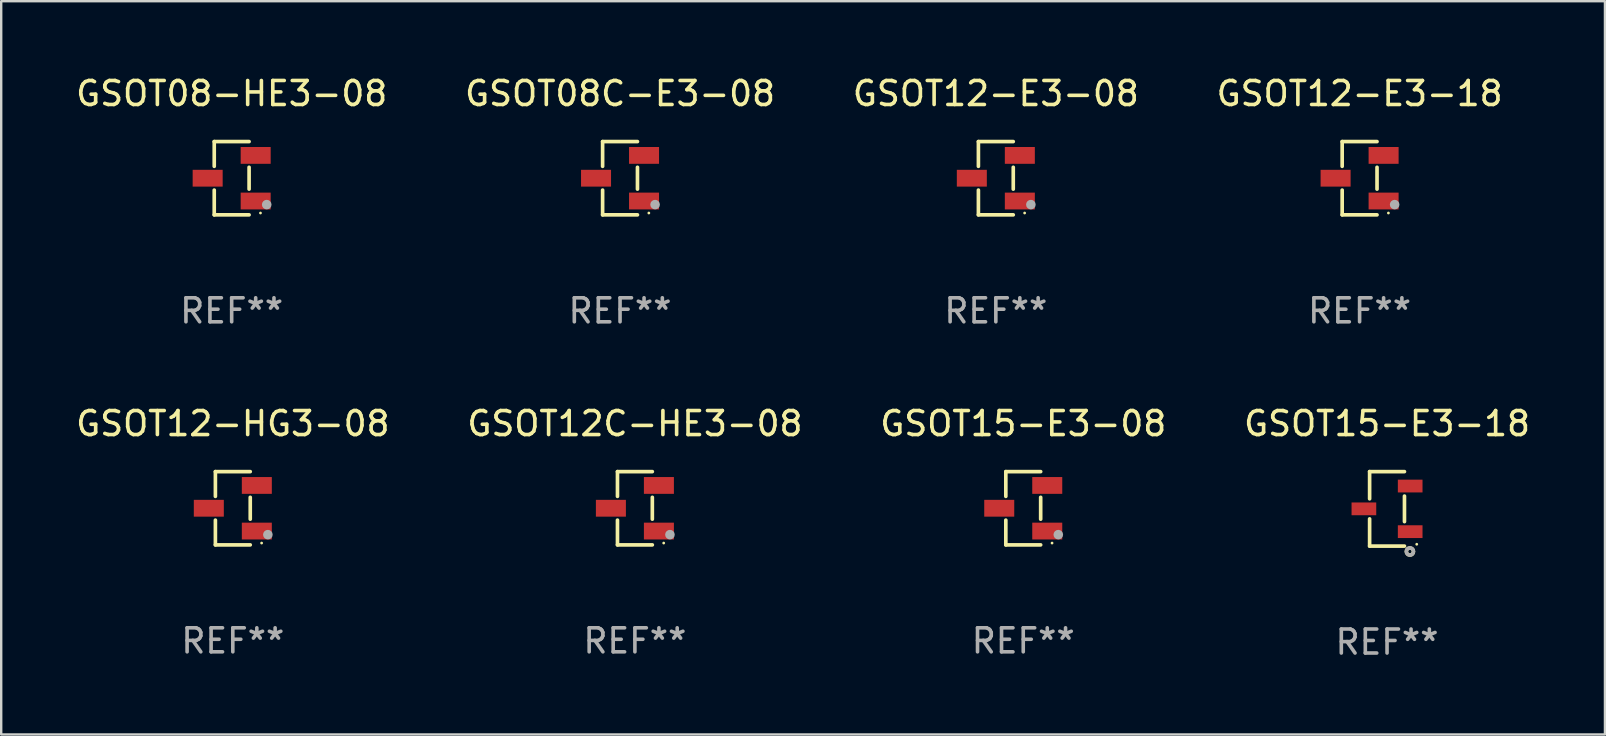
<source format=kicad_pcb>
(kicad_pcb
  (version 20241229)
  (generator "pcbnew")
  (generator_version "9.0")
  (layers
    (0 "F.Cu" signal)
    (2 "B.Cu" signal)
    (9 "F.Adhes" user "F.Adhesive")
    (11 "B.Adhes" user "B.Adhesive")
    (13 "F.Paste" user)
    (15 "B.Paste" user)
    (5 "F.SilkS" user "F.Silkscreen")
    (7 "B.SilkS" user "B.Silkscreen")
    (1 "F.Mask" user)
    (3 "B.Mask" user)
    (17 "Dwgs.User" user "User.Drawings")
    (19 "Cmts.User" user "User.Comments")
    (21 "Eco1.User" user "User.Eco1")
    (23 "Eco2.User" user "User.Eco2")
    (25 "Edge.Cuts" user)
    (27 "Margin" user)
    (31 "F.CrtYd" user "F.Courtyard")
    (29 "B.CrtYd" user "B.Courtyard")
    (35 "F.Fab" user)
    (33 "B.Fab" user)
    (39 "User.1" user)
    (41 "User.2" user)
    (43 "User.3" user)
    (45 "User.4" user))
  (footprint "GSOT12-E3-18"
    (layer "F.Cu")
    (at 53.589 4.374)
    (property "Reference" "GSOT12-E3-18" (at 0 -3.526 0) (layer "F.SilkS") (effects (font (size 1 1) (thickness 0.15))))
    (attr through_hole)
    (fp_line (start -0.726 -1.526) (end -0.726 -0.495) (stroke (width 0.152) (type solid)) (layer "F.SilkS"))
    (fp_line (start -0.726 1.526) (end -0.726 0.495) (stroke (width 0.152) (type solid)) (layer "F.SilkS"))
    (fp_line (start 0.726 -1.526) (end -0.726 -1.526) (stroke (width 0.152) (type solid)) (layer "F.SilkS"))
    (fp_line (start 0.726 -0.455) (end 0.726 0.455) (stroke (width 0.152) (type solid)) (layer "F.SilkS"))
    (fp_line (start 0.726 1.526) (end -0.726 1.526) (stroke (width 0.152) (type solid)) (layer "F.SilkS"))
    (fp_circle (center 1.2 1.45) (end 1.23 1.45) (stroke (width 0.06) (type solid)) (fill no) (layer "F.SilkS"))
    (fp_circle (center 1.46 1.1) (end 1.56 1.1) (stroke (width 0.2) (type solid)) (fill no) (layer "F.Fab"))
    (fp_text user "REF**" (at 0 5.526 0) (layer "F.Fab") (effects (font (size 1 1) (thickness 0.15))))
    (pad "1" smd rect (at 1 0.95) (size 1.25 0.7) (layers "F.Cu" "F.Mask" "F.Paste"))
    (pad "2" smd rect (at 1 -0.95) (size 1.25 0.7) (layers "F.Cu" "F.Mask" "F.Paste"))
    (pad "3" smd rect (at -1 0) (size 1.25 0.7) (layers "F.Cu" "F.Mask" "F.Paste")))
  (footprint "GSOT08-HE3-08"
    (layer "F.Cu")
    (at 6.601 4.374)
    (property "Reference" "GSOT08-HE3-08" (at 0 -3.526 0) (layer "F.SilkS") (effects (font (size 1 1) (thickness 0.15))))
    (attr through_hole)
    (fp_line (start -0.726 -1.526) (end -0.726 -0.495) (stroke (width 0.152) (type solid)) (layer "F.SilkS"))
    (fp_line (start -0.726 1.526) (end -0.726 0.495) (stroke (width 0.152) (type solid)) (layer "F.SilkS"))
    (fp_line (start 0.726 -1.526) (end -0.726 -1.526) (stroke (width 0.152) (type solid)) (layer "F.SilkS"))
    (fp_line (start 0.726 -0.455) (end 0.726 0.455) (stroke (width 0.152) (type solid)) (layer "F.SilkS"))
    (fp_line (start 0.726 1.526) (end -0.726 1.526) (stroke (width 0.152) (type solid)) (layer "F.SilkS"))
    (fp_circle (center 1.2 1.45) (end 1.23 1.45) (stroke (width 0.06) (type solid)) (fill no) (layer "F.SilkS"))
    (fp_circle (center 1.46 1.1) (end 1.56 1.1) (stroke (width 0.2) (type solid)) (fill no) (layer "F.Fab"))
    (fp_text user "REF**" (at 0 5.526 0) (layer "F.Fab") (effects (font (size 1 1) (thickness 0.15))))
    (pad "1" smd rect (at 1 0.95) (size 1.25 0.7) (layers "F.Cu" "F.Mask" "F.Paste"))
    (pad "2" smd rect (at 1 -0.95) (size 1.25 0.7) (layers "F.Cu" "F.Mask" "F.Paste"))
    (pad "3" smd rect (at -1 0) (size 1.25 0.7) (layers "F.Cu" "F.Mask" "F.Paste")))
  (footprint "GSOT15-E3-08"
    (layer "F.Cu")
    (at 39.577 18.123)
    (property "Reference" "GSOT15-E3-08" (at 0 -3.526 0) (layer "F.SilkS") (effects (font (size 1 1) (thickness 0.15))))
    (attr through_hole)
    (fp_line (start -0.726 -1.526) (end -0.726 -0.495) (stroke (width 0.152) (type solid)) (layer "F.SilkS"))
    (fp_line (start -0.726 1.526) (end -0.726 0.495) (stroke (width 0.152) (type solid)) (layer "F.SilkS"))
    (fp_line (start 0.726 -1.526) (end -0.726 -1.526) (stroke (width 0.152) (type solid)) (layer "F.SilkS"))
    (fp_line (start 0.726 -0.455) (end 0.726 0.455) (stroke (width 0.152) (type solid)) (layer "F.SilkS"))
    (fp_line (start 0.726 1.526) (end -0.726 1.526) (stroke (width 0.152) (type solid)) (layer "F.SilkS"))
    (fp_circle (center 1.2 1.45) (end 1.23 1.45) (stroke (width 0.06) (type solid)) (fill no) (layer "F.SilkS"))
    (fp_circle (center 1.46 1.1) (end 1.56 1.1) (stroke (width 0.2) (type solid)) (fill no) (layer "F.Fab"))
    (fp_text user "REF**" (at 0 5.526 0) (layer "F.Fab") (effects (font (size 1 1) (thickness 0.15))))
    (pad "1" smd rect (at 1 0.95) (size 1.25 0.7) (layers "F.Cu" "F.Mask" "F.Paste"))
    (pad "2" smd rect (at 1 -0.95) (size 1.25 0.7) (layers "F.Cu" "F.Mask" "F.Paste"))
    (pad "3" smd rect (at -1 0) (size 1.25 0.7) (layers "F.Cu" "F.Mask" "F.Paste")))
  (footprint "GSOT12C-HE3-08"
    (layer "F.Cu")
    (at 23.399 18.123)
    (property "Reference" "GSOT12C-HE3-08" (at 0 -3.526 0) (layer "F.SilkS") (effects (font (size 1 1) (thickness 0.15))))
    (attr through_hole)
    (fp_line (start -0.726 -1.526) (end -0.726 -0.495) (stroke (width 0.152) (type solid)) (layer "F.SilkS"))
    (fp_line (start -0.726 1.526) (end -0.726 0.495) (stroke (width 0.152) (type solid)) (layer "F.SilkS"))
    (fp_line (start 0.726 -1.526) (end -0.726 -1.526) (stroke (width 0.152) (type solid)) (layer "F.SilkS"))
    (fp_line (start 0.726 -0.455) (end 0.726 0.455) (stroke (width 0.152) (type solid)) (layer "F.SilkS"))
    (fp_line (start 0.726 1.526) (end -0.726 1.526) (stroke (width 0.152) (type solid)) (layer "F.SilkS"))
    (fp_circle (center 1.2 1.45) (end 1.23 1.45) (stroke (width 0.06) (type solid)) (fill no) (layer "F.SilkS"))
    (fp_circle (center 1.46 1.1) (end 1.56 1.1) (stroke (width 0.2) (type solid)) (fill no) (layer "F.Fab"))
    (fp_text user "REF**" (at 0 5.526 0) (layer "F.Fab") (effects (font (size 1 1) (thickness 0.15))))
    (pad "1" smd rect (at 1 0.95) (size 1.25 0.7) (layers "F.Cu" "F.Mask" "F.Paste"))
    (pad "2" smd rect (at 1 -0.95) (size 1.25 0.7) (layers "F.Cu" "F.Mask" "F.Paste"))
    (pad "3" smd rect (at -1 0) (size 1.25 0.7) (layers "F.Cu" "F.Mask" "F.Paste")))
  (footprint "GSOT12-HG3-08"
    (layer "F.Cu")
    (at 6.649 18.123)
    (property "Reference" "GSOT12-HG3-08" (at 0 -3.526 0) (layer "F.SilkS") (effects (font (size 1 1) (thickness 0.15))))
    (attr through_hole)
    (fp_line (start -0.726 -1.526) (end -0.726 -0.495) (stroke (width 0.152) (type solid)) (layer "F.SilkS"))
    (fp_line (start -0.726 1.526) (end -0.726 0.495) (stroke (width 0.152) (type solid)) (layer "F.SilkS"))
    (fp_line (start 0.726 -1.526) (end -0.726 -1.526) (stroke (width 0.152) (type solid)) (layer "F.SilkS"))
    (fp_line (start 0.726 -0.455) (end 0.726 0.455) (stroke (width 0.152) (type solid)) (layer "F.SilkS"))
    (fp_line (start 0.726 1.526) (end -0.726 1.526) (stroke (width 0.152) (type solid)) (layer "F.SilkS"))
    (fp_circle (center 1.2 1.45) (end 1.23 1.45) (stroke (width 0.06) (type solid)) (fill no) (layer "F.SilkS"))
    (fp_circle (center 1.46 1.1) (end 1.56 1.1) (stroke (width 0.2) (type solid)) (fill no) (layer "F.Fab"))
    (fp_text user "REF**" (at 0 5.526 0) (layer "F.Fab") (effects (font (size 1 1) (thickness 0.15))))
    (pad "1" smd rect (at 1 0.95) (size 1.25 0.7) (layers "F.Cu" "F.Mask" "F.Paste"))
    (pad "2" smd rect (at 1 -0.95) (size 1.25 0.7) (layers "F.Cu" "F.Mask" "F.Paste"))
    (pad "3" smd rect (at -1 0) (size 1.25 0.7) (layers "F.Cu" "F.Mask" "F.Paste")))
  (footprint "GSOT12-E3-08"
    (layer "F.Cu")
    (at 38.435 4.374)
    (property "Reference" "GSOT12-E3-08" (at 0 -3.526 0) (layer "F.SilkS") (effects (font (size 1 1) (thickness 0.15))))
    (attr through_hole)
    (fp_line (start -0.726 -1.526) (end -0.726 -0.495) (stroke (width 0.152) (type solid)) (layer "F.SilkS"))
    (fp_line (start -0.726 1.526) (end -0.726 0.495) (stroke (width 0.152) (type solid)) (layer "F.SilkS"))
    (fp_line (start 0.726 -1.526) (end -0.726 -1.526) (stroke (width 0.152) (type solid)) (layer "F.SilkS"))
    (fp_line (start 0.726 -0.455) (end 0.726 0.455) (stroke (width 0.152) (type solid)) (layer "F.SilkS"))
    (fp_line (start 0.726 1.526) (end -0.726 1.526) (stroke (width 0.152) (type solid)) (layer "F.SilkS"))
    (fp_circle (center 1.2 1.45) (end 1.23 1.45) (stroke (width 0.06) (type solid)) (fill no) (layer "F.SilkS"))
    (fp_circle (center 1.46 1.1) (end 1.56 1.1) (stroke (width 0.2) (type solid)) (fill no) (layer "F.Fab"))
    (fp_text user "REF**" (at 0 5.526 0) (layer "F.Fab") (effects (font (size 1 1) (thickness 0.15))))
    (pad "1" smd rect (at 1 0.95) (size 1.25 0.7) (layers "F.Cu" "F.Mask" "F.Paste"))
    (pad "2" smd rect (at 1 -0.95) (size 1.25 0.7) (layers "F.Cu" "F.Mask" "F.Paste"))
    (pad "3" smd rect (at -1 0) (size 1.25 0.7) (layers "F.Cu" "F.Mask" "F.Paste")))
  (footprint "GSOT15-E3-18"
    (layer "F.Cu")
    (at 54.732 18.148)
    (property "Reference" "GSOT15-E3-18" (at 0 -3.551 0) (layer "F.SilkS") (effects (font (size 1 1) (thickness 0.15))))
    (attr through_hole)
    (fp_line (start -0.726 -1.551) (end -0.726 -0.418) (stroke (width 0.152) (type solid)) (layer "F.SilkS"))
    (fp_line (start -0.726 1.551) (end -0.726 0.418) (stroke (width 0.152) (type solid)) (layer "F.SilkS"))
    (fp_line (start 0.726 -1.551) (end -0.726 -1.551) (stroke (width 0.152) (type solid)) (layer "F.SilkS"))
    (fp_line (start 0.726 0.532) (end 0.726 -0.532) (stroke (width 0.152) (type solid)) (layer "F.SilkS"))
    (fp_line (start 0.726 1.551) (end -0.726 1.551) (stroke (width 0.152) (type solid)) (layer "F.SilkS"))
    (fp_circle (center 0.953 1.777) (end 1.027 1.777) (stroke (width 0.15) (type solid)) (fill no) (layer "F.SilkS"))
    (fp_circle (center 1.237 1.475) (end 1.267 1.475) (stroke (width 0.06) (type solid)) (fill no) (layer "F.SilkS"))
    (fp_circle (center 0.953 1.777) (end 1.027 1.777) (stroke (width 0.15) (type solid)) (fill no) (layer "F.Fab"))
    (fp_text user "REF**" (at 0 5.551 0) (layer "F.Fab") (effects (font (size 1 1) (thickness 0.15))))
    (pad "1" smd rect (at 0.964 0.95 90) (size 0.532 1.028) (layers "F.Cu" "F.Mask" "F.Paste"))
    (pad "2" smd rect (at 0.964 -0.95 90) (size 0.532 1.028) (layers "F.Cu" "F.Mask" "F.Paste"))
    (pad "3" smd rect (at -0.964 -0.000025 90) (size 0.532 1.028) (layers "F.Cu" "F.Mask" "F.Paste")))
  (footprint "GSOT08C-E3-08"
    (layer "F.Cu")
    (at 22.78 4.374)
    (property "Reference" "GSOT08C-E3-08" (at 0 -3.526 0) (layer "F.SilkS") (effects (font (size 1 1) (thickness 0.15))))
    (attr through_hole)
    (fp_line (start -0.726 -1.526) (end -0.726 -0.495) (stroke (width 0.152) (type solid)) (layer "F.SilkS"))
    (fp_line (start -0.726 1.526) (end -0.726 0.495) (stroke (width 0.152) (type solid)) (layer "F.SilkS"))
    (fp_line (start 0.726 -1.526) (end -0.726 -1.526) (stroke (width 0.152) (type solid)) (layer "F.SilkS"))
    (fp_line (start 0.726 -0.455) (end 0.726 0.455) (stroke (width 0.152) (type solid)) (layer "F.SilkS"))
    (fp_line (start 0.726 1.526) (end -0.726 1.526) (stroke (width 0.152) (type solid)) (layer "F.SilkS"))
    (fp_circle (center 1.2 1.45) (end 1.23 1.45) (stroke (width 0.06) (type solid)) (fill no) (layer "F.SilkS"))
    (fp_circle (center 1.46 1.1) (end 1.56 1.1) (stroke (width 0.2) (type solid)) (fill no) (layer "F.Fab"))
    (fp_text user "REF**" (at 0 5.526 0) (layer "F.Fab") (effects (font (size 1 1) (thickness 0.15))))
    (pad "1" smd rect (at 1 0.95) (size 1.25 0.7) (layers "F.Cu" "F.Mask" "F.Paste"))
    (pad "2" smd rect (at 1 -0.95) (size 1.25 0.7) (layers "F.Cu" "F.Mask" "F.Paste"))
    (pad "3" smd rect (at -1 0) (size 1.25 0.7) (layers "F.Cu" "F.Mask" "F.Paste")))
  (gr_rect
    (start -3 -3)
    (end 63.81 27.548)
    (stroke (width 0.1) (type default))
    (fill no)
    (layer "Edge.Cuts")))
</source>
